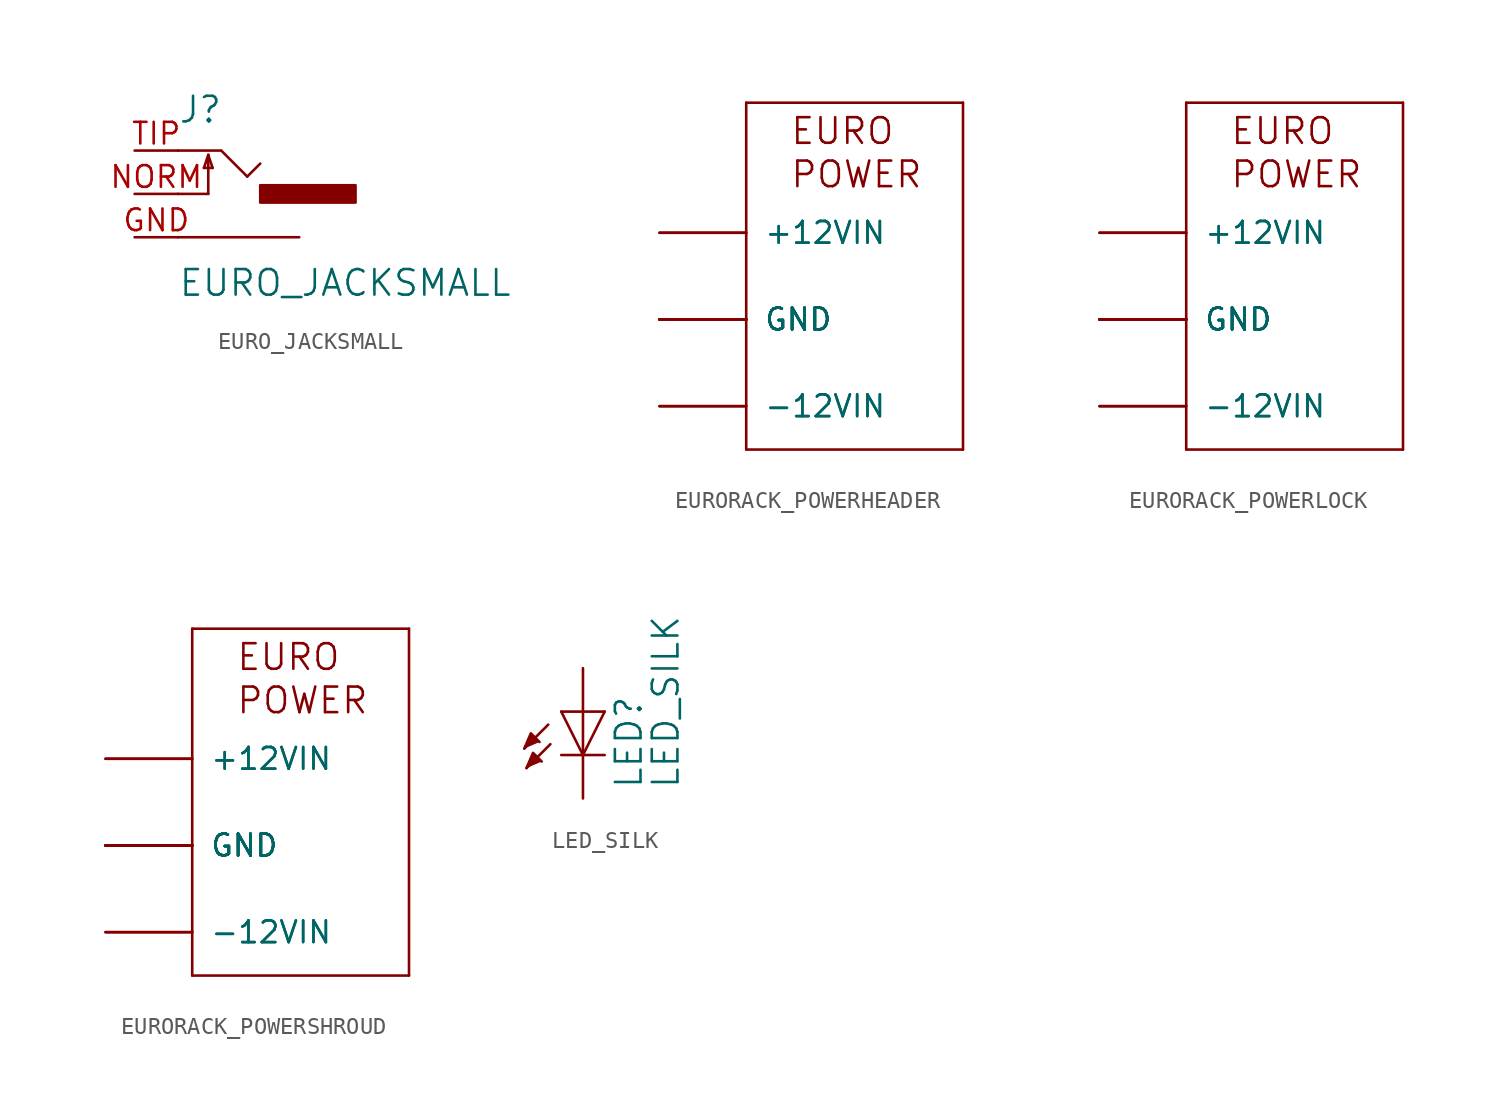
<source format=kicad_sym>
(kicad_symbol_lib
  (version 20231120)
  (generator "kicad_symbol_editor")
  (generator_version "8.0")
  (symbol "EURO_JACKSMALL"
    (pin_names
      (offset 1.016))
    (property "Reference" "J"
      (at -2.54 4.064 0)
      (effects (font (size 1.499 1.499)) (justify left bottom)))
    (property "Value" "EURO_JACKSMALL"
      (at -2.54 -6.096 0)
      (effects (font (size 1.499 1.499)) (justify left bottom)))
    (property "ki_locked" ""
      (at 0 0 0)
      (effects (font (size 1.27 1.27))))
    (symbol "EURO_JACKSMALL_1_0"
      (polyline (pts (xy -2.54 -2.54) (xy 4.572 -2.54)) (stroke (width 0) (type solid)) (fill (type none)))
      (polyline (pts (xy -2.54 0) (xy -0.762 0)) (stroke (width 0) (type solid)) (fill (type none)))
      (polyline (pts (xy -2.54 2.54) (xy 0 2.54)) (stroke (width 0) (type solid)) (fill (type none)))
      (polyline (pts (xy -1.016 1.524) (xy -0.508 1.524)) (stroke (width 0) (type solid)) (fill (type none)))
      (polyline (pts (xy -0.762 0) (xy -0.762 2.286)) (stroke (width 0) (type solid)) (fill (type none)))
      (polyline (pts (xy -0.762 2.286) (xy -1.016 1.524)) (stroke (width 0) (type solid)) (fill (type none)))
      (polyline (pts (xy -0.508 1.524) (xy -0.762 2.286)) (stroke (width 0) (type solid)) (fill (type none)))
      (polyline (pts (xy 0 2.54) (xy 1.524 1.016)) (stroke (width 0) (type solid)) (fill (type none)))
      (polyline (pts (xy 1.524 1.016) (xy 2.286 1.778)) (stroke (width 0) (type solid)) (fill (type none)))
      (rectangle (start 2.286 -0.508) (end 7.874 0.508) (stroke (width 0) (type solid)) (fill (type outline)))
      (pin passive line (at -5.08 -2.54 0) (length 2.54) (name "GND" (effects (font (size 0 0)))) (number "GND" (effects (font (size 1.27 1.27)))))
      (pin passive line (at -5.08 0 0) (length 2.54) (name "NORM" (effects (font (size 0 0)))) (number "NORM" (effects (font (size 1.27 1.27)))))
      (pin passive line (at -5.08 2.54 0) (length 2.54) (name "TIP" (effects (font (size 0 0)))) (number "TIP" (effects (font (size 1.27 1.27)))))))
  (symbol "EURORACK_POWERHEADER"
    (pin_names
      (offset 1.016))
    (property "Reference" "EP"
      (at 0 0 0)
      (effects (font (size 1.27 1.27)) (hide yes)))
    (property "ki_locked" ""
      (at 0 0 0)
      (effects (font (size 1.27 1.27))))
    (symbol "EURORACK_POWERHEADER_1_0"
      (polyline (pts (xy -5.08 -10.16) (xy 7.62 -10.16)) (stroke (width 0) (type solid)) (fill (type none)))
      (polyline (pts (xy -5.08 10.16) (xy -5.08 -10.16)) (stroke (width 0) (type solid)) (fill (type none)))
      (polyline (pts (xy 7.62 -10.16) (xy 7.62 10.16)) (stroke (width 0) (type solid)) (fill (type none)))
      (polyline (pts (xy 7.62 10.16) (xy -5.08 10.16)) (stroke (width 0) (type solid)) (fill (type none)))
      (text "EURO" (at -2.54 7.62 0) (effects (font (size 1.499 1.499)) (justify left bottom)))
      (text "POWER" (at -2.54 5.08 0) (effects (font (size 1.499 1.499)) (justify left bottom)))
      (pin power_out line (at -10.16 2.54 0) (length 5.08) (name "+12VIN" (effects (font (size 1.27 1.27)))) (number "+12V0" (effects (font (size 0 0)))))
      (pin power_out line (at -10.16 2.54 0) (length 5.08) (name "+12VIN" (effects (font (size 1.27 1.27)))) (number "+12V1" (effects (font (size 0 0)))))
      (pin power_out line (at -10.16 -7.62 0) (length 5.08) (name "-12VIN" (effects (font (size 1.27 1.27)))) (number "-12V0" (effects (font (size 0 0)))))
      (pin power_out line (at -10.16 -7.62 0) (length 5.08) (name "-12VIN" (effects (font (size 1.27 1.27)))) (number "-12V1" (effects (font (size 0 0)))))
      (pin power_out line (at -10.16 -2.54 0) (length 5.08) (name "GND" (effects (font (size 1.27 1.27)))) (number "GND0" (effects (font (size 0 0)))))
      (pin power_out line (at -10.16 -2.54 0) (length 5.08) (name "GND" (effects (font (size 1.27 1.27)))) (number "GND1" (effects (font (size 0 0)))))
      (pin power_out line (at -10.16 -2.54 0) (length 5.08) (name "GND" (effects (font (size 1.27 1.27)))) (number "GND2" (effects (font (size 0 0)))))
      (pin power_out line (at -10.16 -2.54 0) (length 5.08) (name "GND" (effects (font (size 1.27 1.27)))) (number "GND3" (effects (font (size 0 0)))))
      (pin power_out line (at -10.16 -2.54 0) (length 5.08) (name "GND" (effects (font (size 1.27 1.27)))) (number "GND4" (effects (font (size 0 0)))))
      (pin power_out line (at -10.16 -2.54 0) (length 5.08) (name "GND" (effects (font (size 1.27 1.27)))) (number "GND5" (effects (font (size 0 0)))))))
  (symbol "EURORACK_POWERLOCK"
    (pin_names
      (offset 1.016))
    (property "Reference" "EP"
      (at 0 0 0)
      (effects (font (size 1.27 1.27)) (hide yes)))
    (property "ki_locked" ""
      (at 0 0 0)
      (effects (font (size 1.27 1.27))))
    (symbol "EURORACK_POWERLOCK_1_0"
      (polyline (pts (xy -5.08 -10.16) (xy 7.62 -10.16)) (stroke (width 0) (type solid)) (fill (type none)))
      (polyline (pts (xy -5.08 10.16) (xy -5.08 -10.16)) (stroke (width 0) (type solid)) (fill (type none)))
      (polyline (pts (xy 7.62 -10.16) (xy 7.62 10.16)) (stroke (width 0) (type solid)) (fill (type none)))
      (polyline (pts (xy 7.62 10.16) (xy -5.08 10.16)) (stroke (width 0) (type solid)) (fill (type none)))
      (text "EURO" (at -2.54 7.62 0) (effects (font (size 1.499 1.499)) (justify left bottom)))
      (text "POWER" (at -2.54 5.08 0) (effects (font (size 1.499 1.499)) (justify left bottom)))
      (pin bidirectional line (at -10.16 -2.54 0) (length 5.08) (name "GND" (effects (font (size 1.27 1.27)))) (number "GND1" (effects (font (size 0 0)))))
      (pin bidirectional line (at -10.16 -2.54 0) (length 5.08) (name "GND" (effects (font (size 1.27 1.27)))) (number "GND2" (effects (font (size 0 0)))))
      (pin bidirectional line (at -10.16 -2.54 0) (length 5.08) (name "GND" (effects (font (size 1.27 1.27)))) (number "GND3" (effects (font (size 0 0)))))
      (pin bidirectional line (at -10.16 -2.54 0) (length 5.08) (name "GND" (effects (font (size 1.27 1.27)))) (number "GND4" (effects (font (size 0 0)))))
      (pin bidirectional line (at -10.16 -2.54 0) (length 5.08) (name "GND" (effects (font (size 1.27 1.27)))) (number "GND5" (effects (font (size 0 0)))))
      (pin bidirectional line (at -10.16 -2.54 0) (length 5.08) (name "GND" (effects (font (size 1.27 1.27)))) (number "GND6" (effects (font (size 0 0)))))
      (pin bidirectional line (at -10.16 -7.62 0) (length 5.08) (name "-12VIN" (effects (font (size 1.27 1.27)))) (number "NEG1" (effects (font (size 0 0)))))
      (pin bidirectional line (at -10.16 -7.62 0) (length 5.08) (name "-12VIN" (effects (font (size 1.27 1.27)))) (number "NEG2" (effects (font (size 0 0)))))
      (pin bidirectional line (at -10.16 2.54 0) (length 5.08) (name "+12VIN" (effects (font (size 1.27 1.27)))) (number "POS1" (effects (font (size 0 0)))))
      (pin bidirectional line (at -10.16 2.54 0) (length 5.08) (name "+12VIN" (effects (font (size 1.27 1.27)))) (number "POS2" (effects (font (size 0 0)))))))
  (symbol "EURORACK_POWERSHROUD"
    (pin_names
      (offset 1.016))
    (property "Reference" "EP"
      (at 0 0 0)
      (effects (font (size 1.27 1.27)) (hide yes)))
    (property "ki_locked" ""
      (at 0 0 0)
      (effects (font (size 1.27 1.27))))
    (symbol "EURORACK_POWERSHROUD_1_0"
      (polyline (pts (xy -5.08 -10.16) (xy 7.62 -10.16)) (stroke (width 0) (type solid)) (fill (type none)))
      (polyline (pts (xy -5.08 10.16) (xy -5.08 -10.16)) (stroke (width 0) (type solid)) (fill (type none)))
      (polyline (pts (xy 7.62 -10.16) (xy 7.62 10.16)) (stroke (width 0) (type solid)) (fill (type none)))
      (polyline (pts (xy 7.62 10.16) (xy -5.08 10.16)) (stroke (width 0) (type solid)) (fill (type none)))
      (text "EURO" (at -2.54 7.62 0) (effects (font (size 1.499 1.499)) (justify left bottom)))
      (text "POWER" (at -2.54 5.08 0) (effects (font (size 1.499 1.499)) (justify left bottom)))
      (pin bidirectional line (at -10.16 2.54 0) (length 5.08) (name "+12VIN" (effects (font (size 1.27 1.27)))) (number "+12V0" (effects (font (size 0 0)))))
      (pin bidirectional line (at -10.16 2.54 0) (length 5.08) (name "+12VIN" (effects (font (size 1.27 1.27)))) (number "+12V1" (effects (font (size 0 0)))))
      (pin bidirectional line (at -10.16 -7.62 0) (length 5.08) (name "-12VIN" (effects (font (size 1.27 1.27)))) (number "-12V0" (effects (font (size 0 0)))))
      (pin bidirectional line (at -10.16 -7.62 0) (length 5.08) (name "-12VIN" (effects (font (size 1.27 1.27)))) (number "-12V1" (effects (font (size 0 0)))))
      (pin bidirectional line (at -10.16 -2.54 0) (length 5.08) (name "GND" (effects (font (size 1.27 1.27)))) (number "GND0" (effects (font (size 0 0)))))
      (pin bidirectional line (at -10.16 -2.54 0) (length 5.08) (name "GND" (effects (font (size 1.27 1.27)))) (number "GND1" (effects (font (size 0 0)))))
      (pin bidirectional line (at -10.16 -2.54 0) (length 5.08) (name "GND" (effects (font (size 1.27 1.27)))) (number "GND2" (effects (font (size 0 0)))))
      (pin bidirectional line (at -10.16 -2.54 0) (length 5.08) (name "GND" (effects (font (size 1.27 1.27)))) (number "GND3" (effects (font (size 0 0)))))
      (pin bidirectional line (at -10.16 -2.54 0) (length 5.08) (name "GND" (effects (font (size 1.27 1.27)))) (number "GND4" (effects (font (size 0 0)))))
      (pin bidirectional line (at -10.16 -2.54 0) (length 5.08) (name "GND" (effects (font (size 1.27 1.27)))) (number "GND5" (effects (font (size 0 0)))))))
  (symbol "LED_SILK"
    (pin_names
      (offset 1.016))
    (property "Reference" "LED"
      (at 3.556 -4.572 90)
      (effects (font (size 1.499 1.499)) (justify left bottom)))
    (property "Value" "LED_SILK"
      (at 5.715 -4.572 90)
      (effects (font (size 1.499 1.499)) (justify left bottom)))
    (property "ki_locked" ""
      (at 0 0 0)
      (effects (font (size 1.27 1.27))))
    (symbol "LED_SILK_1_0"
      (polyline (pts (xy -2.032 -0.762) (xy -3.429 -2.159)) (stroke (width 0) (type solid)) (fill (type none)))
      (polyline (pts (xy -1.905 -1.905) (xy -3.302 -3.302)) (stroke (width 0) (type solid)) (fill (type none)))
      (polyline (pts (xy 0 -2.54) (xy -1.27 -2.54)) (stroke (width 0) (type solid)) (fill (type none)))
      (polyline (pts (xy 0 -2.54) (xy -1.27 0)) (stroke (width 0) (type solid)) (fill (type none)))
      (polyline (pts (xy 0 0) (xy -1.27 0)) (stroke (width 0) (type solid)) (fill (type none)))
      (polyline (pts (xy 0 0) (xy 0 -2.54)) (stroke (width 0) (type solid)) (fill (type none)))
      (polyline (pts (xy 1.27 -2.54) (xy 0 -2.54)) (stroke (width 0) (type solid)) (fill (type none)))
      (polyline (pts (xy 1.27 0) (xy 0 -2.54)) (stroke (width 0) (type solid)) (fill (type none)))
      (polyline (pts (xy 1.27 0) (xy 0 0)) (stroke (width 0) (type solid)) (fill (type none)))
      (polyline (pts (xy -3.429 -2.159) (xy -3.048 -1.27) (xy -2.54 -1.778)) (stroke (width 0) (type solid)) (fill (type outline)))
      (polyline (pts (xy -3.302 -3.302) (xy -2.921 -2.413) (xy -2.413 -2.921)) (stroke (width 0) (type solid)) (fill (type outline)))
      (pin passive line (at 0 2.54 270) (length 2.54) (name "A" (effects (font (size 0 0)))) (number "A" (effects (font (size 0 0)))))
      (pin passive line (at 0 -5.08 90) (length 2.54) (name "C" (effects (font (size 0 0)))) (number "K" (effects (font (size 0 0))))))))
</source>
